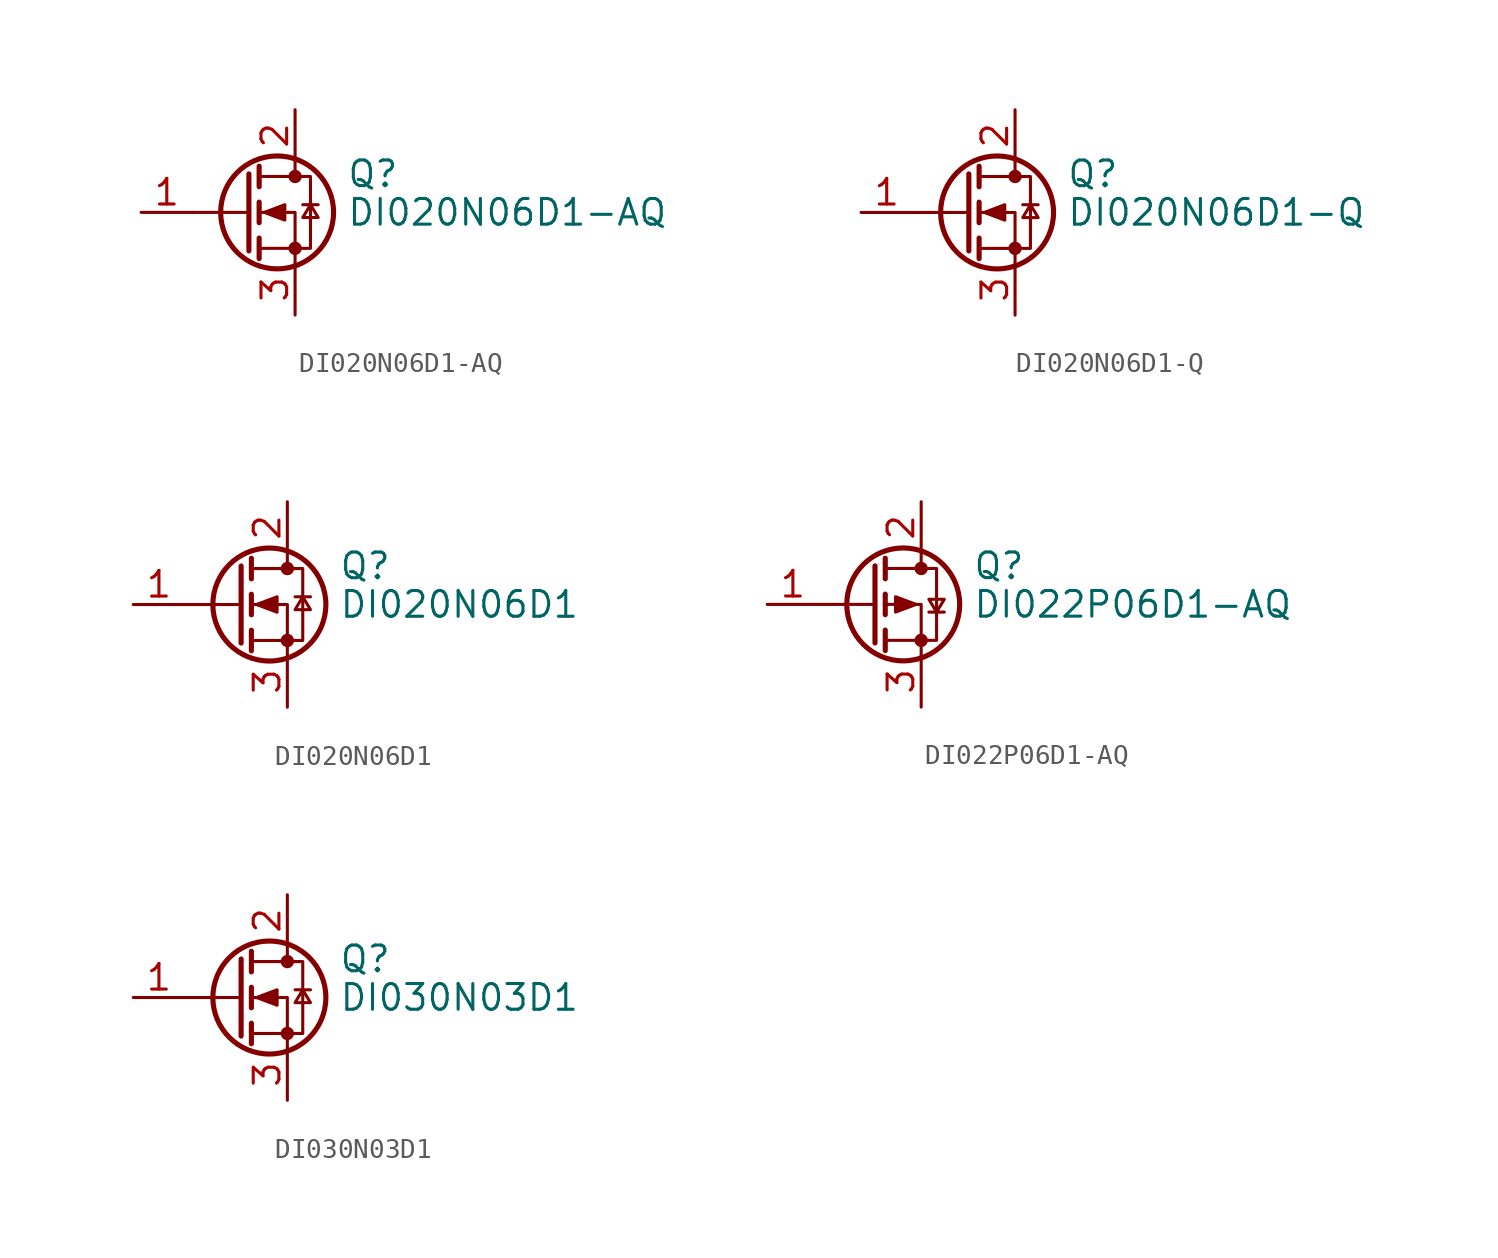
<source format=kicad_sym>
(kicad_symbol_lib
  (version 20241209)
  (generator "kicad_symbol_editor")
  (generator_version "9.0")
  (symbol "DI020N06D1-AQ"
    (pin_names
      (offset 0)
      (hide yes))
    (property "Reference" "Q"
      (at 5.08 1.905 0)
      (effects (font (size 1.27 1.27)) (justify left)))
    (property "Value" "DI020N06D1-AQ"
      (at 5.08 0 0)
      (effects (font (size 1.27 1.27)) (justify left)))
    (symbol "DI020N06D1-AQ_0_1"
      (polyline (pts (xy 0.254 1.905) (xy 0.254 -1.905)) (stroke (width 0.254) (type default)) (fill (type none)))
      (polyline (pts (xy 0.254 0) (xy -2.54 0)) (stroke (width 0) (type default)) (fill (type none)))
      (polyline (pts (xy 0.762 2.286) (xy 0.762 1.27)) (stroke (width 0.254) (type default)) (fill (type none)))
      (polyline (pts (xy 0.762 0.508) (xy 0.762 -0.508)) (stroke (width 0.254) (type default)) (fill (type none)))
      (polyline (pts (xy 0.762 -1.27) (xy 0.762 -2.286)) (stroke (width 0.254) (type default)) (fill (type none)))
      (polyline (pts (xy 0.762 -1.778) (xy 3.302 -1.778) (xy 3.302 1.778) (xy 0.762 1.778)) (stroke (width 0) (type default)) (fill (type none)))
      (polyline (pts (xy 1.016 0) (xy 2.032 0.381) (xy 2.032 -0.381) (xy 1.016 0)) (stroke (width 0) (type default)) (fill (type outline)))
      (circle (center 1.651 0) (radius 2.794) (stroke (width 0.254) (type default)) (fill (type none)))
      (polyline (pts (xy 2.54 2.54) (xy 2.54 1.778)) (stroke (width 0) (type default)) (fill (type none)))
      (circle (center 2.54 1.778) (radius 0.254) (stroke (width 0) (type default)) (fill (type outline)))
      (circle (center 2.54 -1.778) (radius 0.254) (stroke (width 0) (type default)) (fill (type outline)))
      (polyline (pts (xy 2.54 -2.54) (xy 2.54 0) (xy 0.762 0)) (stroke (width 0) (type default)) (fill (type none)))
      (polyline (pts (xy 2.921 0.381) (xy 3.683 0.381)) (stroke (width 0) (type default)) (fill (type none)))
      (polyline (pts (xy 3.302 0.381) (xy 2.921 -0.254) (xy 3.683 -0.254) (xy 3.302 0.381)) (stroke (width 0) (type default)) (fill (type none))))
    (symbol "DI020N06D1-AQ_1_1"
      (pin input line (at -5.08 0 0) (length 2.54) (name "G" (effects (font (size 1.27 1.27)))) (number "1" (effects (font (size 1.27 1.27)))))
      (pin passive line (at 2.54 5.08 270) (length 2.54) (name "D" (effects (font (size 1.27 1.27)))) (number "2" (effects (font (size 1.27 1.27)))))
      (pin passive line (at 2.54 -5.08 90) (length 2.54) (name "S" (effects (font (size 1.27 1.27)))) (number "3" (effects (font (size 1.27 1.27)))))))
  (symbol "DI020N06D1-Q"
    (pin_names
      (offset 0)
      (hide yes))
    (property "Reference" "Q"
      (at 5.08 1.905 0)
      (effects (font (size 1.27 1.27)) (justify left)))
    (property "Value" "DI020N06D1-Q"
      (at 5.08 0 0)
      (effects (font (size 1.27 1.27)) (justify left)))
    (symbol "DI020N06D1-Q_0_1"
      (polyline (pts (xy 0.254 1.905) (xy 0.254 -1.905)) (stroke (width 0.254) (type default)) (fill (type none)))
      (polyline (pts (xy 0.254 0) (xy -2.54 0)) (stroke (width 0) (type default)) (fill (type none)))
      (polyline (pts (xy 0.762 2.286) (xy 0.762 1.27)) (stroke (width 0.254) (type default)) (fill (type none)))
      (polyline (pts (xy 0.762 0.508) (xy 0.762 -0.508)) (stroke (width 0.254) (type default)) (fill (type none)))
      (polyline (pts (xy 0.762 -1.27) (xy 0.762 -2.286)) (stroke (width 0.254) (type default)) (fill (type none)))
      (polyline (pts (xy 0.762 -1.778) (xy 3.302 -1.778) (xy 3.302 1.778) (xy 0.762 1.778)) (stroke (width 0) (type default)) (fill (type none)))
      (polyline (pts (xy 1.016 0) (xy 2.032 0.381) (xy 2.032 -0.381) (xy 1.016 0)) (stroke (width 0) (type default)) (fill (type outline)))
      (circle (center 1.651 0) (radius 2.794) (stroke (width 0.254) (type default)) (fill (type none)))
      (polyline (pts (xy 2.54 2.54) (xy 2.54 1.778)) (stroke (width 0) (type default)) (fill (type none)))
      (circle (center 2.54 1.778) (radius 0.254) (stroke (width 0) (type default)) (fill (type outline)))
      (circle (center 2.54 -1.778) (radius 0.254) (stroke (width 0) (type default)) (fill (type outline)))
      (polyline (pts (xy 2.54 -2.54) (xy 2.54 0) (xy 0.762 0)) (stroke (width 0) (type default)) (fill (type none)))
      (polyline (pts (xy 2.921 0.381) (xy 3.683 0.381)) (stroke (width 0) (type default)) (fill (type none)))
      (polyline (pts (xy 3.302 0.381) (xy 2.921 -0.254) (xy 3.683 -0.254) (xy 3.302 0.381)) (stroke (width 0) (type default)) (fill (type none))))
    (symbol "DI020N06D1-Q_1_1"
      (pin input line (at -5.08 0 0) (length 2.54) (name "G" (effects (font (size 1.27 1.27)))) (number "1" (effects (font (size 1.27 1.27)))))
      (pin passive line (at 2.54 5.08 270) (length 2.54) (name "D" (effects (font (size 1.27 1.27)))) (number "2" (effects (font (size 1.27 1.27)))))
      (pin passive line (at 2.54 -5.08 90) (length 2.54) (name "S" (effects (font (size 1.27 1.27)))) (number "3" (effects (font (size 1.27 1.27)))))))
  (symbol "DI020N06D1"
    (pin_names
      (offset 0)
      (hide yes))
    (property "Reference" "Q"
      (at 5.08 1.905 0)
      (effects (font (size 1.27 1.27)) (justify left)))
    (property "Value" "DI020N06D1"
      (at 5.08 0 0)
      (effects (font (size 1.27 1.27)) (justify left)))
    (symbol "DI020N06D1_0_1"
      (polyline (pts (xy 0.254 1.905) (xy 0.254 -1.905)) (stroke (width 0.254) (type default)) (fill (type none)))
      (polyline (pts (xy 0.254 0) (xy -2.54 0)) (stroke (width 0) (type default)) (fill (type none)))
      (polyline (pts (xy 0.762 2.286) (xy 0.762 1.27)) (stroke (width 0.254) (type default)) (fill (type none)))
      (polyline (pts (xy 0.762 0.508) (xy 0.762 -0.508)) (stroke (width 0.254) (type default)) (fill (type none)))
      (polyline (pts (xy 0.762 -1.27) (xy 0.762 -2.286)) (stroke (width 0.254) (type default)) (fill (type none)))
      (polyline (pts (xy 0.762 -1.778) (xy 3.302 -1.778) (xy 3.302 1.778) (xy 0.762 1.778)) (stroke (width 0) (type default)) (fill (type none)))
      (polyline (pts (xy 1.016 0) (xy 2.032 0.381) (xy 2.032 -0.381) (xy 1.016 0)) (stroke (width 0) (type default)) (fill (type outline)))
      (circle (center 1.651 0) (radius 2.794) (stroke (width 0.254) (type default)) (fill (type none)))
      (polyline (pts (xy 2.54 2.54) (xy 2.54 1.778)) (stroke (width 0) (type default)) (fill (type none)))
      (circle (center 2.54 1.778) (radius 0.254) (stroke (width 0) (type default)) (fill (type outline)))
      (circle (center 2.54 -1.778) (radius 0.254) (stroke (width 0) (type default)) (fill (type outline)))
      (polyline (pts (xy 2.54 -2.54) (xy 2.54 0) (xy 0.762 0)) (stroke (width 0) (type default)) (fill (type none)))
      (polyline (pts (xy 2.921 0.381) (xy 3.683 0.381)) (stroke (width 0) (type default)) (fill (type none)))
      (polyline (pts (xy 3.302 0.381) (xy 2.921 -0.254) (xy 3.683 -0.254) (xy 3.302 0.381)) (stroke (width 0) (type default)) (fill (type none))))
    (symbol "DI020N06D1_1_1"
      (pin input line (at -5.08 0 0) (length 2.54) (name "G" (effects (font (size 1.27 1.27)))) (number "1" (effects (font (size 1.27 1.27)))))
      (pin passive line (at 2.54 5.08 270) (length 2.54) (name "D" (effects (font (size 1.27 1.27)))) (number "2" (effects (font (size 1.27 1.27)))))
      (pin passive line (at 2.54 -5.08 90) (length 2.54) (name "S" (effects (font (size 1.27 1.27)))) (number "3" (effects (font (size 1.27 1.27)))))))
  (symbol "DI022P06D1-AQ"
    (pin_names
      (offset 0)
      (hide yes))
    (property "Reference" "Q"
      (at 5.08 1.905 0)
      (effects (font (size 1.27 1.27)) (justify left)))
    (property "Value" "DI022P06D1-AQ"
      (at 5.08 0 0)
      (effects (font (size 1.27 1.27)) (justify left)))
    (symbol "DI022P06D1-AQ_0_1"
      (polyline (pts (xy 0.254 1.905) (xy 0.254 -1.905)) (stroke (width 0.254) (type default)) (fill (type none)))
      (polyline (pts (xy 0.254 0) (xy -2.54 0)) (stroke (width 0) (type default)) (fill (type none)))
      (polyline (pts (xy 0.762 2.286) (xy 0.762 1.27)) (stroke (width 0.254) (type default)) (fill (type none)))
      (polyline (pts (xy 0.762 1.778) (xy 3.302 1.778) (xy 3.302 -1.778) (xy 0.762 -1.778)) (stroke (width 0) (type default)) (fill (type none)))
      (polyline (pts (xy 0.762 0.508) (xy 0.762 -0.508)) (stroke (width 0.254) (type default)) (fill (type none)))
      (polyline (pts (xy 0.762 -1.27) (xy 0.762 -2.286)) (stroke (width 0.254) (type default)) (fill (type none)))
      (circle (center 1.651 0) (radius 2.794) (stroke (width 0.254) (type default)) (fill (type none)))
      (polyline (pts (xy 2.286 0) (xy 1.27 0.381) (xy 1.27 -0.381) (xy 2.286 0)) (stroke (width 0) (type default)) (fill (type outline)))
      (polyline (pts (xy 2.54 2.54) (xy 2.54 1.778)) (stroke (width 0) (type default)) (fill (type none)))
      (circle (center 2.54 1.778) (radius 0.254) (stroke (width 0) (type default)) (fill (type outline)))
      (circle (center 2.54 -1.778) (radius 0.254) (stroke (width 0) (type default)) (fill (type outline)))
      (polyline (pts (xy 2.54 -2.54) (xy 2.54 0) (xy 0.762 0)) (stroke (width 0) (type default)) (fill (type none)))
      (polyline (pts (xy 2.921 -0.381) (xy 3.683 -0.381)) (stroke (width 0) (type default)) (fill (type none)))
      (polyline (pts (xy 3.302 -0.381) (xy 2.921 0.254) (xy 3.683 0.254) (xy 3.302 -0.381)) (stroke (width 0) (type default)) (fill (type none))))
    (symbol "DI022P06D1-AQ_1_1"
      (pin input line (at -5.08 0 0) (length 2.54) (name "G" (effects (font (size 1.27 1.27)))) (number "1" (effects (font (size 1.27 1.27)))))
      (pin passive line (at 2.54 5.08 270) (length 2.54) (name "D" (effects (font (size 1.27 1.27)))) (number "2" (effects (font (size 1.27 1.27)))))
      (pin passive line (at 2.54 -5.08 90) (length 2.54) (name "S" (effects (font (size 1.27 1.27)))) (number "3" (effects (font (size 1.27 1.27)))))))
  (symbol "DI030N03D1"
    (pin_names
      (offset 0)
      (hide yes))
    (property "Reference" "Q"
      (at 5.08 1.905 0)
      (effects (font (size 1.27 1.27)) (justify left)))
    (property "Value" "DI030N03D1"
      (at 5.08 0 0)
      (effects (font (size 1.27 1.27)) (justify left)))
    (symbol "DI030N03D1_0_1"
      (polyline (pts (xy 0.254 1.905) (xy 0.254 -1.905)) (stroke (width 0.254) (type default)) (fill (type none)))
      (polyline (pts (xy 0.254 0) (xy -2.54 0)) (stroke (width 0) (type default)) (fill (type none)))
      (polyline (pts (xy 0.762 2.286) (xy 0.762 1.27)) (stroke (width 0.254) (type default)) (fill (type none)))
      (polyline (pts (xy 0.762 0.508) (xy 0.762 -0.508)) (stroke (width 0.254) (type default)) (fill (type none)))
      (polyline (pts (xy 0.762 -1.27) (xy 0.762 -2.286)) (stroke (width 0.254) (type default)) (fill (type none)))
      (polyline (pts (xy 0.762 -1.778) (xy 3.302 -1.778) (xy 3.302 1.778) (xy 0.762 1.778)) (stroke (width 0) (type default)) (fill (type none)))
      (polyline (pts (xy 1.016 0) (xy 2.032 0.381) (xy 2.032 -0.381) (xy 1.016 0)) (stroke (width 0) (type default)) (fill (type outline)))
      (circle (center 1.651 0) (radius 2.794) (stroke (width 0.254) (type default)) (fill (type none)))
      (polyline (pts (xy 2.54 2.54) (xy 2.54 1.778)) (stroke (width 0) (type default)) (fill (type none)))
      (circle (center 2.54 1.778) (radius 0.254) (stroke (width 0) (type default)) (fill (type outline)))
      (circle (center 2.54 -1.778) (radius 0.254) (stroke (width 0) (type default)) (fill (type outline)))
      (polyline (pts (xy 2.54 -2.54) (xy 2.54 0) (xy 0.762 0)) (stroke (width 0) (type default)) (fill (type none)))
      (polyline (pts (xy 2.921 0.381) (xy 3.683 0.381)) (stroke (width 0) (type default)) (fill (type none)))
      (polyline (pts (xy 3.302 0.381) (xy 2.921 -0.254) (xy 3.683 -0.254) (xy 3.302 0.381)) (stroke (width 0) (type default)) (fill (type none))))
    (symbol "DI030N03D1_1_1"
      (pin input line (at -5.08 0 0) (length 2.54) (name "G" (effects (font (size 1.27 1.27)))) (number "1" (effects (font (size 1.27 1.27)))))
      (pin passive line (at 2.54 5.08 270) (length 2.54) (name "D" (effects (font (size 1.27 1.27)))) (number "2" (effects (font (size 1.27 1.27)))))
      (pin passive line (at 2.54 -5.08 90) (length 2.54) (name "S" (effects (font (size 1.27 1.27)))) (number "3" (effects (font (size 1.27 1.27))))))))
</source>
